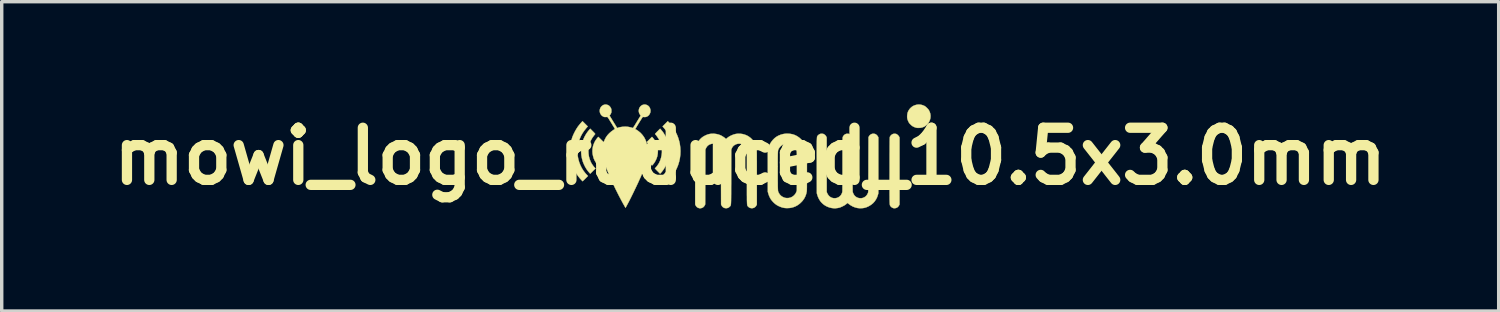
<source format=kicad_pcb>
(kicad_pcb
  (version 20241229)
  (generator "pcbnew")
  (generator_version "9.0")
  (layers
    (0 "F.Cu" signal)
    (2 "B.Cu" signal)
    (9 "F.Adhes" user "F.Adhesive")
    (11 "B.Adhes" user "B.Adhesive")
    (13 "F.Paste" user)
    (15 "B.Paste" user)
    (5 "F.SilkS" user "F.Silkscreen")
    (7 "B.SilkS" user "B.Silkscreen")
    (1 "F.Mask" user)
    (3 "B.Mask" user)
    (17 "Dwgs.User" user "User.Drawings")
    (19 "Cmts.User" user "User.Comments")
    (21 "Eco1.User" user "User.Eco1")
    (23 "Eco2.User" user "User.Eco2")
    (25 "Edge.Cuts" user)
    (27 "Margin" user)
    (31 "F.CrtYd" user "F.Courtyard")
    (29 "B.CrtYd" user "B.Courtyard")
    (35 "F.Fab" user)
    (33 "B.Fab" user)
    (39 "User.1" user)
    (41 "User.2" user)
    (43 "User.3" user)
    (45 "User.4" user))
  (footprint "mowi_logo_reduced_10.5x3.0mm"
    (layer "F.Cu")
    (at 18.876 1.518)
    (property "Reference" "mowi_logo_reduced_10.5x3.0mm" (at 0 0 0) (layer "F.SilkS") (effects (font (size 1.524 1.524) (thickness 0.3))))
    (attr through_hole)
    (fp_poly (pts (xy -4.362 -0.492) (xy -4.285 -0.415) (xy -4.305 -0.393) (xy -4.34 -0.347) (xy -4.366 -0.297) (xy -4.383 -0.242) (xy -4.392 -0.184) (xy -4.393 -0.132) (xy -4.387 -0.071) (xy -4.372 -0.016) (xy -4.349 0.035) (xy -4.317 0.081) (xy -4.306 0.095) (xy -4.297 0.107) (xy -4.292 0.113) (xy -4.292 0.117) (xy -4.296 0.124) (xy -4.305 0.135) (xy -4.319 0.151) (xy -4.339 0.172) (xy -4.361 0.194) (xy -4.383 0.216) (xy -4.402 0.235) (xy -4.419 0.251) (xy -4.431 0.262) (xy -4.437 0.268) (xy -4.439 0.268) (xy -4.443 0.265) (xy -4.452 0.256) (xy -4.464 0.244) (xy -4.464 0.243) (xy -4.507 0.189) (xy -4.543 0.129) (xy -4.572 0.065) (xy -4.592 -0.003) (xy -4.606 -0.073) (xy -4.611 -0.144) (xy -4.608 -0.215) (xy -4.596 -0.285) (xy -4.581 -0.337) (xy -4.558 -0.394) (xy -4.529 -0.451) (xy -4.494 -0.503) (xy -4.463 -0.542) (xy -4.439 -0.568) (xy -4.362 -0.492)) (stroke (width 0.01) (type solid)) (fill yes) (layer "F.SilkS"))
    (fp_poly (pts (xy -2.371 -0.986) (xy -2.304 -0.909) (xy -2.244 -0.825) (xy -2.191 -0.735) (xy -2.144 -0.641) (xy -2.106 -0.544) (xy -2.076 -0.445) (xy -2.058 -0.367) (xy -2.044 -0.26) (xy -2.038 -0.154) (xy -2.042 -0.048) (xy -2.055 0.056) (xy -2.077 0.158) (xy -2.108 0.259) (xy -2.148 0.356) (xy -2.196 0.451) (xy -2.252 0.542) (xy -2.317 0.628) (xy -2.376 0.695) (xy -2.409 0.731) (xy -2.488 0.653) (xy -2.566 0.576) (xy -2.53 0.538) (xy -2.468 0.467) (xy -2.414 0.391) (xy -2.367 0.309) (xy -2.329 0.224) (xy -2.298 0.135) (xy -2.276 0.044) (xy -2.263 -0.05) (xy -2.258 -0.145) (xy -2.262 -0.24) (xy -2.275 -0.336) (xy -2.277 -0.345) (xy -2.293 -0.41) (xy -2.315 -0.479) (xy -2.342 -0.547) (xy -2.373 -0.613) (xy -2.406 -0.674) (xy -2.41 -0.68) (xy -2.446 -0.734) (xy -2.488 -0.789) (xy -2.524 -0.831) (xy -2.56 -0.873) (xy -2.484 -0.95) (xy -2.408 -1.026) (xy -2.371 -0.986)) (stroke (width 0.01) (type solid)) (fill yes) (layer "F.SilkS"))
    (fp_poly (pts (xy -2.846 -0.542) (xy -2.832 -0.525) (xy -2.816 -0.504) (xy -2.8 -0.482) (xy -2.797 -0.477) (xy -2.76 -0.414) (xy -2.732 -0.351) (xy -2.713 -0.286) (xy -2.701 -0.217) (xy -2.698 -0.148) (xy -2.703 -0.072) (xy -2.716 0.000482) (xy -2.739 0.07) (xy -2.771 0.137) (xy -2.795 0.178) (xy -2.808 0.197) (xy -2.823 0.217) (xy -2.837 0.235) (xy -2.851 0.251) (xy -2.862 0.262) (xy -2.869 0.268) (xy -2.87 0.268) (xy -2.874 0.265) (xy -2.884 0.256) (xy -2.899 0.242) (xy -2.917 0.224) (xy -2.938 0.204) (xy -2.947 0.194) (xy -2.973 0.168) (xy -2.992 0.148) (xy -3.005 0.133) (xy -3.014 0.123) (xy -3.017 0.116) (xy -3.017 0.113) (xy -3.011 0.106) (xy -3.002 0.095) (xy -2.991 0.081) (xy -2.96 0.035) (xy -2.937 -0.016) (xy -2.922 -0.071) (xy -2.915 -0.132) (xy -2.917 -0.194) (xy -2.927 -0.251) (xy -2.946 -0.305) (xy -2.974 -0.355) (xy -3.003 -0.393) (xy -3.023 -0.415) (xy -2.947 -0.492) (xy -2.87 -0.568) (xy -2.846 -0.542)) (stroke (width 0.01) (type solid)) (fill yes) (layer "F.SilkS"))
    (fp_poly (pts (xy -4.601 -0.731) (xy -4.575 -0.705) (xy -4.556 -0.685) (xy -4.543 -0.67) (xy -4.534 -0.66) (xy -4.531 -0.653) (xy -4.531 -0.65) (xy -4.536 -0.644) (xy -4.546 -0.632) (xy -4.558 -0.616) (xy -4.569 -0.603) (xy -4.616 -0.538) (xy -4.655 -0.468) (xy -4.686 -0.394) (xy -4.708 -0.318) (xy -4.723 -0.24) (xy -4.729 -0.16) (xy -4.726 -0.081) (xy -4.715 -0.002) (xy -4.695 0.075) (xy -4.666 0.15) (xy -4.652 0.18) (xy -4.636 0.209) (xy -4.616 0.241) (xy -4.593 0.273) (xy -4.571 0.302) (xy -4.553 0.323) (xy -4.522 0.355) (xy -4.599 0.432) (xy -4.675 0.508) (xy -4.695 0.488) (xy -4.739 0.436) (xy -4.782 0.377) (xy -4.821 0.313) (xy -4.855 0.245) (xy -4.884 0.177) (xy -4.893 0.151) (xy -4.918 0.06) (xy -4.934 -0.032) (xy -4.941 -0.126) (xy -4.938 -0.219) (xy -4.927 -0.311) (xy -4.906 -0.402) (xy -4.877 -0.491) (xy -4.853 -0.547) (xy -4.825 -0.601) (xy -4.792 -0.657) (xy -4.755 -0.711) (xy -4.716 -0.76) (xy -4.698 -0.78) (xy -4.675 -0.806) (xy -4.601 -0.731)) (stroke (width 0.01) (type solid)) (fill yes) (layer "F.SilkS"))
    (fp_poly (pts (xy -2.609 -0.78) (xy -2.57 -0.733) (xy -2.531 -0.68) (xy -2.496 -0.623) (xy -2.465 -0.567) (xy -2.455 -0.547) (xy -2.42 -0.46) (xy -2.394 -0.371) (xy -2.377 -0.281) (xy -2.368 -0.189) (xy -2.369 -0.098) (xy -2.378 -0.007) (xy -2.396 0.082) (xy -2.423 0.17) (xy -2.457 0.254) (xy -2.501 0.336) (xy -2.552 0.413) (xy -2.577 0.446) (xy -2.591 0.463) (xy -2.605 0.479) (xy -2.616 0.491) (xy -2.62 0.495) (xy -2.634 0.508) (xy -2.71 0.432) (xy -2.786 0.355) (xy -2.756 0.323) (xy -2.735 0.299) (xy -2.712 0.269) (xy -2.69 0.237) (xy -2.67 0.205) (xy -2.656 0.18) (xy -2.628 0.115) (xy -2.606 0.046) (xy -2.59 -0.027) (xy -2.581 -0.1) (xy -2.58 -0.171) (xy -2.582 -0.207) (xy -2.588 -0.257) (xy -2.595 -0.3) (xy -2.605 -0.34) (xy -2.617 -0.381) (xy -2.647 -0.456) (xy -2.686 -0.527) (xy -2.733 -0.595) (xy -2.751 -0.617) (xy -2.78 -0.652) (xy -2.771 -0.665) (xy -2.764 -0.673) (xy -2.752 -0.685) (xy -2.736 -0.702) (xy -2.717 -0.722) (xy -2.697 -0.742) (xy -2.633 -0.806) (xy -2.609 -0.78)) (stroke (width 0.01) (type solid)) (fill yes) (layer "F.SilkS"))
    (fp_poly (pts (xy 4.985 -1.508) (xy 5.038 -1.495) (xy 5.088 -1.474) (xy 5.103 -1.466) (xy 5.124 -1.451) (xy 5.147 -1.431) (xy 5.171 -1.408) (xy 5.194 -1.384) (xy 5.213 -1.361) (xy 5.223 -1.346) (xy 5.247 -1.296) (xy 5.263 -1.245) (xy 5.27 -1.193) (xy 5.269 -1.142) (xy 5.261 -1.092) (xy 5.245 -1.044) (xy 5.223 -0.999) (xy 5.195 -0.958) (xy 5.161 -0.921) (xy 5.122 -0.889) (xy 5.079 -0.863) (xy 5.03 -0.844) (xy 4.979 -0.833) (xy 4.927 -0.83) (xy 4.906 -0.83) (xy 4.887 -0.831) (xy 4.873 -0.832) (xy 4.869 -0.832) (xy 4.847 -0.838) (xy 4.82 -0.846) (xy 4.791 -0.857) (xy 4.765 -0.869) (xy 4.761 -0.871) (xy 4.734 -0.888) (xy 4.705 -0.912) (xy 4.687 -0.93) (xy 4.666 -0.95) (xy 4.651 -0.968) (xy 4.639 -0.986) (xy 4.627 -1.007) (xy 4.623 -1.016) (xy 4.606 -1.056) (xy 4.594 -1.093) (xy 4.588 -1.131) (xy 4.587 -1.174) (xy 4.588 -1.186) (xy 4.594 -1.243) (xy 4.609 -1.296) (xy 4.633 -1.344) (xy 4.665 -1.389) (xy 4.687 -1.413) (xy 4.729 -1.449) (xy 4.774 -1.476) (xy 4.825 -1.496) (xy 4.878 -1.509) (xy 4.931 -1.513) (xy 4.985 -1.508)) (stroke (width 0.01) (type solid)) (fill yes) (layer "F.SilkS"))
    (fp_poly (pts (xy -4.824 -0.949) (xy -4.748 -0.873) (xy -4.785 -0.831) (xy -4.846 -0.756) (xy -4.898 -0.68) (xy -4.942 -0.603) (xy -4.978 -0.521) (xy -5 -0.46) (xy -5.024 -0.376) (xy -5.04 -0.294) (xy -5.049 -0.211) (xy -5.05 -0.124) (xy -5.05 -0.113) (xy -5.042 -0.016) (xy -5.025 0.079) (xy -4.999 0.17) (xy -4.965 0.259) (xy -4.923 0.343) (xy -4.873 0.423) (xy -4.816 0.497) (xy -4.776 0.54) (xy -4.742 0.575) (xy -4.819 0.652) (xy -4.841 0.674) (xy -4.861 0.693) (xy -4.878 0.71) (xy -4.89 0.721) (xy -4.897 0.728) (xy -4.899 0.728) (xy -4.903 0.725) (xy -4.912 0.716) (xy -4.925 0.702) (xy -4.941 0.685) (xy -4.944 0.682) (xy -4.978 0.644) (xy -5.006 0.609) (xy -5.032 0.575) (xy -5.058 0.539) (xy -5.064 0.529) (xy -5.121 0.437) (xy -5.168 0.341) (xy -5.206 0.242) (xy -5.236 0.141) (xy -5.256 0.038) (xy -5.268 -0.066) (xy -5.27 -0.171) (xy -5.263 -0.277) (xy -5.247 -0.382) (xy -5.221 -0.487) (xy -5.197 -0.563) (xy -5.173 -0.621) (xy -5.144 -0.683) (xy -5.111 -0.746) (xy -5.076 -0.806) (xy -5.039 -0.862) (xy -5.03 -0.875) (xy -5.013 -0.896) (xy -4.994 -0.92) (xy -4.974 -0.945) (xy -4.953 -0.969) (xy -4.935 -0.99) (xy -4.92 -1.006) (xy -4.916 -1.01) (xy -4.9 -1.025) (xy -4.824 -0.949)) (stroke (width 0.01) (type solid)) (fill yes) (layer "F.SilkS"))
    (fp_poly (pts (xy 4.242 -0.658) (xy 4.269 -0.652) (xy 4.279 -0.648) (xy 4.302 -0.632) (xy 4.325 -0.611) (xy 4.344 -0.587) (xy 4.353 -0.571) (xy 4.364 -0.549) (xy 4.364 1.407) (xy 4.353 1.429) (xy 4.337 1.456) (xy 4.315 1.481) (xy 4.29 1.499) (xy 4.279 1.505) (xy 4.258 1.512) (xy 4.234 1.516) (xy 4.211 1.518) (xy 4.193 1.517) (xy 4.191 1.516) (xy 4.157 1.504) (xy 4.127 1.485) (xy 4.104 1.462) (xy 4.102 1.459) (xy 4.099 1.454) (xy 4.096 1.45) (xy 4.093 1.446) (xy 4.09 1.442) (xy 4.088 1.437) (xy 4.086 1.431) (xy 4.084 1.424) (xy 4.082 1.414) (xy 4.081 1.403) (xy 4.08 1.388) (xy 4.078 1.371) (xy 4.078 1.351) (xy 4.077 1.326) (xy 4.076 1.297) (xy 4.075 1.264) (xy 4.075 1.225) (xy 4.075 1.182) (xy 4.074 1.132) (xy 4.074 1.076) (xy 4.074 1.014) (xy 4.074 0.944) (xy 4.074 0.867) (xy 4.074 0.783) (xy 4.074 0.69) (xy 4.074 0.588) (xy 4.075 0.478) (xy 4.075 0.414) (xy 4.075 0.301) (xy 4.075 0.196) (xy 4.075 0.101) (xy 4.075 0.014) (xy 4.075 -0.065) (xy 4.076 -0.137) (xy 4.076 -0.201) (xy 4.076 -0.258) (xy 4.076 -0.309) (xy 4.077 -0.354) (xy 4.077 -0.394) (xy 4.077 -0.428) (xy 4.078 -0.457) (xy 4.078 -0.482) (xy 4.078 -0.503) (xy 4.079 -0.52) (xy 4.079 -0.534) (xy 4.08 -0.545) (xy 4.081 -0.553) (xy 4.082 -0.56) (xy 4.082 -0.565) (xy 4.083 -0.568) (xy 4.084 -0.571) (xy 4.085 -0.572) (xy 4.099 -0.595) (xy 4.119 -0.618) (xy 4.143 -0.637) (xy 4.157 -0.646) (xy 4.183 -0.655) (xy 4.212 -0.659) (xy 4.242 -0.658)) (stroke (width 0.01) (type solid)) (fill yes) (layer "F.SilkS"))
    (fp_poly (pts (xy 1.166 -0.657) (xy 1.237 -0.644) (xy 1.305 -0.621) (xy 1.369 -0.589) (xy 1.43 -0.548) (xy 1.486 -0.499) (xy 1.53 -0.453) (xy 1.566 -0.404) (xy 1.596 -0.349) (xy 1.621 -0.288) (xy 1.627 -0.272) (xy 1.632 -0.258) (xy 1.636 -0.246) (xy 1.639 -0.234) (xy 1.643 -0.222) (xy 1.645 -0.21) (xy 1.648 -0.197) (xy 1.65 -0.182) (xy 1.652 -0.165) (xy 1.653 -0.145) (xy 1.655 -0.122) (xy 1.656 -0.095) (xy 1.656 -0.063) (xy 1.657 -0.027) (xy 1.658 0.015) (xy 1.658 0.063) (xy 1.658 0.118) (xy 1.658 0.181) (xy 1.658 0.251) (xy 1.658 0.329) (xy 1.658 0.416) (xy 1.658 0.426) (xy 1.658 0.514) (xy 1.658 0.593) (xy 1.658 0.663) (xy 1.658 0.725) (xy 1.658 0.78) (xy 1.657 0.828) (xy 1.657 0.869) (xy 1.657 0.905) (xy 1.656 0.935) (xy 1.656 0.96) (xy 1.655 0.981) (xy 1.654 0.998) (xy 1.653 1.011) (xy 1.653 1.022) (xy 1.651 1.031) (xy 1.651 1.033) (xy 1.635 1.105) (xy 1.61 1.173) (xy 1.577 1.236) (xy 1.535 1.295) (xy 1.501 1.333) (xy 1.446 1.385) (xy 1.387 1.428) (xy 1.326 1.462) (xy 1.261 1.487) (xy 1.192 1.505) (xy 1.179 1.507) (xy 1.145 1.511) (xy 1.106 1.513) (xy 1.066 1.514) (xy 1.028 1.512) (xy 0.999 1.509) (xy 0.946 1.498) (xy 0.891 1.48) (xy 0.836 1.457) (xy 0.785 1.43) (xy 0.759 1.413) (xy 0.726 1.388) (xy 0.691 1.357) (xy 0.658 1.323) (xy 0.628 1.288) (xy 0.606 1.259) (xy 0.574 1.203) (xy 0.547 1.142) (xy 0.528 1.083) (xy 0.515 1.038) (xy 0.515 0.223) (xy 0.805 0.223) (xy 0.805 0.297) (xy 0.805 0.379) (xy 0.805 0.419) (xy 0.805 0.507) (xy 0.805 0.585) (xy 0.805 0.655) (xy 0.805 0.718) (xy 0.806 0.772) (xy 0.806 0.82) (xy 0.806 0.862) (xy 0.807 0.897) (xy 0.808 0.928) (xy 0.809 0.954) (xy 0.81 0.976) (xy 0.811 0.994) (xy 0.813 1.009) (xy 0.815 1.021) (xy 0.818 1.032) (xy 0.821 1.041) (xy 0.824 1.049) (xy 0.828 1.056) (xy 0.832 1.064) (xy 0.836 1.073) (xy 0.838 1.075) (xy 0.864 1.116) (xy 0.898 1.152) (xy 0.938 1.181) (xy 0.984 1.203) (xy 1.012 1.213) (xy 1.048 1.219) (xy 1.089 1.221) (xy 1.129 1.218) (xy 1.167 1.21) (xy 1.174 1.208) (xy 1.221 1.187) (xy 1.263 1.159) (xy 1.299 1.124) (xy 1.329 1.083) (xy 1.351 1.037) (xy 1.353 1.031) (xy 1.363 0.999) (xy 1.365 0.443) (xy 1.365 0.347) (xy 1.365 0.261) (xy 1.365 0.183) (xy 1.365 0.114) (xy 1.365 0.054) (xy 1.365 0.003) (xy 1.364 -0.041) (xy 1.364 -0.077) (xy 1.363 -0.105) (xy 1.362 -0.126) (xy 1.361 -0.139) (xy 1.361 -0.145) (xy 1.35 -0.184) (xy 1.332 -0.225) (xy 1.309 -0.26) (xy 1.277 -0.296) (xy 1.24 -0.326) (xy 1.196 -0.349) (xy 1.167 -0.36) (xy 1.137 -0.367) (xy 1.102 -0.371) (xy 1.067 -0.372) (xy 1.033 -0.369) (xy 1.006 -0.362) (xy 0.956 -0.341) (xy 0.913 -0.314) (xy 0.876 -0.281) (xy 0.847 -0.243) (xy 0.838 -0.228) (xy 0.833 -0.218) (xy 0.829 -0.21) (xy 0.825 -0.203) (xy 0.821 -0.195) (xy 0.818 -0.187) (xy 0.816 -0.178) (xy 0.813 -0.166) (xy 0.812 -0.153) (xy 0.81 -0.137) (xy 0.809 -0.118) (xy 0.808 -0.094) (xy 0.807 -0.067) (xy 0.806 -0.034) (xy 0.806 0.004) (xy 0.805 0.048) (xy 0.805 0.099) (xy 0.805 0.157) (xy 0.805 0.223) (xy 0.515 0.223) (xy 0.515 -0.189) (xy 0.528 -0.236) (xy 0.551 -0.302) (xy 0.581 -0.365) (xy 0.618 -0.423) (xy 0.661 -0.477) (xy 0.709 -0.526) (xy 0.762 -0.567) (xy 0.818 -0.6) (xy 0.836 -0.608) (xy 0.899 -0.633) (xy 0.962 -0.65) (xy 1.028 -0.66) (xy 1.093 -0.662) (xy 1.166 -0.657)) (stroke (width 0.01) (type solid)) (fill yes) (layer "F.SilkS"))
    (fp_poly (pts (xy -4.194 -1.509) (xy -4.186 -1.507) (xy -4.148 -1.493) (xy -4.117 -1.472) (xy -4.092 -1.444) (xy -4.071 -1.407) (xy -4.07 -1.406) (xy -4.064 -1.391) (xy -4.06 -1.378) (xy -4.058 -1.363) (xy -4.057 -1.343) (xy -4.057 -1.33) (xy -4.057 -1.306) (xy -4.058 -1.29) (xy -4.061 -1.276) (xy -4.066 -1.263) (xy -4.07 -1.253) (xy -4.08 -1.235) (xy -4.09 -1.217) (xy -4.097 -1.207) (xy -4.111 -1.19) (xy -4.011 -1.025) (xy -3.988 -0.988) (xy -3.967 -0.954) (xy -3.947 -0.922) (xy -3.93 -0.894) (xy -3.916 -0.871) (xy -3.906 -0.854) (xy -3.899 -0.844) (xy -3.898 -0.842) (xy -3.887 -0.825) (xy -3.869 -0.832) (xy -3.832 -0.845) (xy -3.788 -0.854) (xy -3.74 -0.861) (xy -3.69 -0.865) (xy -3.639 -0.866) (xy -3.592 -0.863) (xy -3.572 -0.861) (xy -3.541 -0.856) (xy -3.509 -0.849) (xy -3.478 -0.841) (xy -3.45 -0.833) (xy -3.431 -0.827) (xy -3.428 -0.828) (xy -3.423 -0.834) (xy -3.414 -0.845) (xy -3.403 -0.862) (xy -3.388 -0.885) (xy -3.369 -0.914) (xy -3.347 -0.951) (xy -3.319 -0.995) (xy -3.313 -1.007) (xy -3.201 -1.189) (xy -3.218 -1.213) (xy -3.239 -1.249) (xy -3.252 -1.286) (xy -3.257 -1.324) (xy -3.254 -1.361) (xy -3.245 -1.397) (xy -3.229 -1.43) (xy -3.207 -1.459) (xy -3.179 -1.483) (xy -3.146 -1.501) (xy -3.109 -1.511) (xy -3.1 -1.512) (xy -3.068 -1.512) (xy -3.034 -1.504) (xy -3.001 -1.489) (xy -2.973 -1.469) (xy -2.957 -1.452) (xy -2.934 -1.416) (xy -2.92 -1.377) (xy -2.914 -1.336) (xy -2.917 -1.294) (xy -2.923 -1.271) (xy -2.94 -1.234) (xy -2.962 -1.202) (xy -2.991 -1.177) (xy -3.023 -1.158) (xy -3.059 -1.148) (xy -3.097 -1.147) (xy -3.098 -1.147) (xy -3.115 -1.149) (xy -3.129 -1.151) (xy -3.135 -1.152) (xy -3.138 -1.151) (xy -3.143 -1.147) (xy -3.15 -1.137) (xy -3.16 -1.123) (xy -3.173 -1.103) (xy -3.189 -1.077) (xy -3.21 -1.044) (xy -3.235 -1.004) (xy -3.251 -0.978) (xy -3.274 -0.94) (xy -3.295 -0.905) (xy -3.314 -0.874) (xy -3.33 -0.846) (xy -3.344 -0.824) (xy -3.353 -0.808) (xy -3.358 -0.798) (xy -3.36 -0.796) (xy -3.356 -0.791) (xy -3.349 -0.788) (xy -3.336 -0.782) (xy -3.317 -0.77) (xy -3.294 -0.755) (xy -3.269 -0.737) (xy -3.244 -0.717) (xy -3.221 -0.698) (xy -3.2 -0.679) (xy -3.194 -0.673) (xy -3.144 -0.617) (xy -3.102 -0.558) (xy -3.068 -0.494) (xy -3.04 -0.426) (xy -3.02 -0.352) (xy -3.007 -0.273) (xy -3.001 -0.188) (xy -3 -0.146) (xy -3.002 -0.078) (xy -3.008 -0.01) (xy -3.019 0.061) (xy -3.034 0.134) (xy -3.054 0.211) (xy -3.079 0.292) (xy -3.109 0.377) (xy -3.144 0.469) (xy -3.186 0.567) (xy -3.193 0.586) (xy -3.219 0.643) (xy -3.247 0.704) (xy -3.276 0.769) (xy -3.308 0.836) (xy -3.34 0.905) (xy -3.374 0.975) (xy -3.407 1.044) (xy -3.44 1.112) (xy -3.473 1.178) (xy -3.504 1.241) (xy -3.534 1.3) (xy -3.562 1.354) (xy -3.588 1.402) (xy -3.61 1.444) (xy -3.629 1.478) (xy -3.634 1.486) (xy -3.645 1.504) (xy -3.666 1.467) (xy -3.721 1.37) (xy -3.777 1.266) (xy -3.834 1.158) (xy -3.89 1.047) (xy -3.946 0.935) (xy -3.999 0.823) (xy -4.05 0.713) (xy -4.097 0.606) (xy -4.14 0.504) (xy -4.167 0.436) (xy -4.209 0.325) (xy -4.243 0.219) (xy -4.271 0.12) (xy -4.291 0.026) (xy -4.305 -0.063) (xy -4.312 -0.147) (xy -4.312 -0.226) (xy -4.305 -0.3) (xy -4.291 -0.371) (xy -4.277 -0.42) (xy -4.25 -0.49) (xy -4.215 -0.555) (xy -4.173 -0.615) (xy -4.122 -0.67) (xy -4.064 -0.721) (xy -4.005 -0.764) (xy -3.986 -0.776) (xy -3.97 -0.788) (xy -3.959 -0.796) (xy -3.954 -0.8) (xy -3.954 -0.8) (xy -3.956 -0.805) (xy -3.963 -0.816) (xy -3.974 -0.835) (xy -3.988 -0.859) (xy -4.006 -0.887) (xy -4.026 -0.92) (xy -4.047 -0.955) (xy -4.061 -0.978) (xy -4.088 -1.021) (xy -4.11 -1.057) (xy -4.128 -1.087) (xy -4.143 -1.109) (xy -4.155 -1.126) (xy -4.163 -1.138) (xy -4.17 -1.146) (xy -4.174 -1.15) (xy -4.177 -1.151) (xy -4.186 -1.15) (xy -4.201 -1.149) (xy -4.221 -1.149) (xy -4.227 -1.148) (xy -4.249 -1.148) (xy -4.264 -1.15) (xy -4.278 -1.154) (xy -4.293 -1.16) (xy -4.296 -1.162) (xy -4.33 -1.183) (xy -4.357 -1.211) (xy -4.378 -1.244) (xy -4.392 -1.28) (xy -4.398 -1.319) (xy -4.396 -1.359) (xy -4.385 -1.398) (xy -4.378 -1.415) (xy -4.357 -1.447) (xy -4.33 -1.474) (xy -4.299 -1.495) (xy -4.265 -1.508) (xy -4.229 -1.513) (xy -4.194 -1.509)) (stroke (width 0.01) (type solid)) (fill yes) (layer "F.SilkS"))
    (fp_poly (pts (xy -0.297 -0.66) (xy -0.226 -0.651) (xy -0.159 -0.633) (xy -0.096 -0.608) (xy -0.038 -0.574) (xy 0.015 -0.534) (xy 0.063 -0.486) (xy 0.104 -0.433) (xy 0.139 -0.373) (xy 0.166 -0.309) (xy 0.186 -0.239) (xy 0.188 -0.23) (xy 0.189 -0.224) (xy 0.189 -0.215) (xy 0.19 -0.202) (xy 0.191 -0.185) (xy 0.191 -0.164) (xy 0.192 -0.137) (xy 0.192 -0.106) (xy 0.193 -0.069) (xy 0.193 -0.025) (xy 0.193 0.024) (xy 0.193 0.081) (xy 0.194 0.144) (xy 0.194 0.215) (xy 0.194 0.295) (xy 0.194 0.382) (xy 0.194 0.478) (xy 0.194 0.584) (xy 0.194 0.606) (xy 0.194 1.411) (xy 0.181 1.435) (xy 0.159 1.468) (xy 0.132 1.492) (xy 0.1 1.508) (xy 0.063 1.516) (xy 0.048 1.517) (xy 0.01 1.512) (xy -0.023 1.5) (xy -0.052 1.479) (xy -0.062 1.468) (xy -0.066 1.464) (xy -0.07 1.46) (xy -0.074 1.456) (xy -0.077 1.452) (xy -0.08 1.447) (xy -0.082 1.442) (xy -0.085 1.434) (xy -0.087 1.425) (xy -0.088 1.414) (xy -0.09 1.399) (xy -0.091 1.381) (xy -0.092 1.36) (xy -0.093 1.334) (xy -0.094 1.304) (xy -0.095 1.269) (xy -0.095 1.228) (xy -0.095 1.182) (xy -0.096 1.129) (xy -0.096 1.069) (xy -0.096 1.002) (xy -0.096 0.927) (xy -0.096 0.844) (xy -0.096 0.753) (xy -0.096 0.653) (xy -0.096 0.612) (xy -0.096 0.511) (xy -0.096 0.418) (xy -0.096 0.334) (xy -0.096 0.258) (xy -0.096 0.19) (xy -0.096 0.129) (xy -0.096 0.076) (xy -0.096 0.028) (xy -0.097 -0.013) (xy -0.097 -0.049) (xy -0.097 -0.079) (xy -0.097 -0.105) (xy -0.098 -0.127) (xy -0.098 -0.145) (xy -0.099 -0.16) (xy -0.1 -0.171) (xy -0.1 -0.181) (xy -0.101 -0.188) (xy -0.102 -0.194) (xy -0.103 -0.199) (xy -0.104 -0.203) (xy -0.106 -0.207) (xy -0.106 -0.207) (xy -0.124 -0.248) (xy -0.151 -0.286) (xy -0.183 -0.319) (xy -0.216 -0.341) (xy -0.255 -0.359) (xy -0.297 -0.368) (xy -0.341 -0.369) (xy -0.384 -0.362) (xy -0.425 -0.347) (xy -0.464 -0.325) (xy -0.485 -0.308) (xy -0.506 -0.287) (xy -0.521 -0.266) (xy -0.534 -0.241) (xy -0.542 -0.223) (xy -0.554 -0.194) (xy -0.556 0.604) (xy -0.556 0.708) (xy -0.556 0.803) (xy -0.557 0.89) (xy -0.557 0.968) (xy -0.557 1.038) (xy -0.557 1.101) (xy -0.558 1.157) (xy -0.558 1.207) (xy -0.559 1.25) (xy -0.559 1.288) (xy -0.56 1.321) (xy -0.561 1.348) (xy -0.562 1.372) (xy -0.564 1.391) (xy -0.565 1.407) (xy -0.567 1.42) (xy -0.569 1.43) (xy -0.572 1.439) (xy -0.575 1.445) (xy -0.578 1.45) (xy -0.581 1.454) (xy -0.585 1.458) (xy -0.589 1.462) (xy -0.594 1.467) (xy -0.598 1.471) (xy -0.624 1.494) (xy -0.652 1.508) (xy -0.684 1.515) (xy -0.704 1.517) (xy -0.743 1.513) (xy -0.776 1.5) (xy -0.805 1.48) (xy -0.828 1.452) (xy -0.838 1.433) (xy -0.851 1.407) (xy -0.855 -0.194) (xy -0.866 -0.22) (xy -0.889 -0.263) (xy -0.919 -0.299) (xy -0.953 -0.328) (xy -0.991 -0.35) (xy -1.032 -0.364) (xy -1.076 -0.369) (xy -1.121 -0.366) (xy -1.167 -0.354) (xy -1.195 -0.342) (xy -1.231 -0.318) (xy -1.262 -0.287) (xy -1.287 -0.247) (xy -1.3 -0.219) (xy -1.311 -0.194) (xy -1.313 0.606) (xy -1.316 1.407) (xy -1.329 1.434) (xy -1.348 1.463) (xy -1.373 1.488) (xy -1.402 1.505) (xy -1.402 1.505) (xy -1.425 1.513) (xy -1.452 1.517) (xy -1.479 1.517) (xy -1.497 1.514) (xy -1.532 1.501) (xy -1.562 1.48) (xy -1.585 1.451) (xy -1.595 1.433) (xy -1.608 1.407) (xy -1.608 0.609) (xy -1.608 0.504) (xy -1.608 0.409) (xy -1.608 0.323) (xy -1.608 0.244) (xy -1.608 0.174) (xy -1.608 0.111) (xy -1.607 0.054) (xy -1.607 0.004) (xy -1.607 -0.04) (xy -1.606 -0.079) (xy -1.606 -0.112) (xy -1.605 -0.141) (xy -1.604 -0.166) (xy -1.603 -0.188) (xy -1.602 -0.206) (xy -1.601 -0.221) (xy -1.599 -0.235) (xy -1.597 -0.246) (xy -1.595 -0.256) (xy -1.593 -0.266) (xy -1.591 -0.275) (xy -1.588 -0.283) (xy -1.585 -0.293) (xy -1.583 -0.3) (xy -1.561 -0.355) (xy -1.532 -0.409) (xy -1.496 -0.461) (xy -1.455 -0.508) (xy -1.411 -0.548) (xy -1.38 -0.57) (xy -1.352 -0.587) (xy -1.32 -0.604) (xy -1.286 -0.62) (xy -1.254 -0.633) (xy -1.231 -0.641) (xy -1.175 -0.654) (xy -1.114 -0.66) (xy -1.051 -0.659) (xy -0.988 -0.651) (xy -0.926 -0.636) (xy -0.876 -0.618) (xy -0.854 -0.608) (xy -0.828 -0.594) (xy -0.801 -0.577) (xy -0.774 -0.56) (xy -0.75 -0.543) (xy -0.731 -0.528) (xy -0.724 -0.521) (xy -0.708 -0.504) (xy -0.676 -0.531) (xy -0.645 -0.556) (xy -0.613 -0.577) (xy -0.579 -0.596) (xy -0.548 -0.611) (xy -0.489 -0.635) (xy -0.432 -0.651) (xy -0.374 -0.659) (xy -0.312 -0.66) (xy -0.297 -0.66)) (stroke (width 0.01) (type solid)) (fill yes) (layer "F.SilkS"))
    (fp_poly (pts (xy 3.629 -0.657) (xy 3.657 -0.65) (xy 3.664 -0.646) (xy 3.695 -0.625) (xy 3.72 -0.597) (xy 3.734 -0.575) (xy 3.745 -0.554) (xy 3.745 1.081) (xy 3.732 1.127) (xy 3.709 1.196) (xy 3.677 1.259) (xy 3.638 1.317) (xy 3.592 1.368) (xy 3.538 1.413) (xy 3.478 1.451) (xy 3.443 1.469) (xy 3.404 1.486) (xy 3.369 1.498) (xy 3.335 1.507) (xy 3.298 1.513) (xy 3.277 1.515) (xy 3.205 1.518) (xy 3.135 1.511) (xy 3.068 1.494) (xy 3.002 1.469) (xy 2.939 1.434) (xy 2.88 1.392) (xy 2.843 1.362) (xy 2.827 1.378) (xy 2.804 1.398) (xy 2.775 1.42) (xy 2.74 1.441) (xy 2.702 1.461) (xy 2.663 1.479) (xy 2.626 1.494) (xy 2.609 1.5) (xy 2.557 1.511) (xy 2.5 1.517) (xy 2.441 1.517) (xy 2.386 1.512) (xy 2.318 1.496) (xy 2.253 1.472) (xy 2.191 1.44) (xy 2.134 1.399) (xy 2.087 1.355) (xy 2.047 1.308) (xy 2.013 1.253) (xy 1.984 1.194) (xy 1.962 1.131) (xy 1.961 1.128) (xy 1.948 1.081) (xy 1.947 0.269) (xy 1.947 0.163) (xy 1.947 0.067) (xy 1.946 -0.02) (xy 1.946 -0.099) (xy 1.946 -0.171) (xy 1.946 -0.235) (xy 1.946 -0.291) (xy 1.946 -0.342) (xy 1.947 -0.386) (xy 1.947 -0.424) (xy 1.948 -0.458) (xy 1.949 -0.486) (xy 1.95 -0.51) (xy 1.951 -0.53) (xy 1.952 -0.547) (xy 1.954 -0.56) (xy 1.955 -0.571) (xy 1.958 -0.579) (xy 1.96 -0.586) (xy 1.963 -0.591) (xy 1.966 -0.595) (xy 1.969 -0.599) (xy 1.973 -0.603) (xy 1.977 -0.607) (xy 1.98 -0.61) (xy 1.996 -0.626) (xy 2.016 -0.64) (xy 2.026 -0.646) (xy 2.043 -0.653) (xy 2.057 -0.657) (xy 2.075 -0.659) (xy 2.092 -0.659) (xy 2.113 -0.658) (xy 2.128 -0.656) (xy 2.142 -0.652) (xy 2.156 -0.645) (xy 2.187 -0.623) (xy 2.212 -0.594) (xy 2.225 -0.57) (xy 2.235 -0.549) (xy 2.236 1.042) (xy 2.247 1.07) (xy 2.269 1.114) (xy 2.298 1.152) (xy 2.332 1.183) (xy 2.37 1.206) (xy 2.413 1.22) (xy 2.451 1.226) (xy 2.497 1.224) (xy 2.54 1.215) (xy 2.58 1.197) (xy 2.616 1.173) (xy 2.646 1.142) (xy 2.669 1.106) (xy 2.672 1.101) (xy 2.68 1.08) (xy 2.688 1.059) (xy 2.693 1.041) (xy 2.693 1.041) (xy 2.694 1.034) (xy 2.694 1.02) (xy 2.695 1) (xy 2.696 0.972) (xy 2.696 0.937) (xy 2.696 0.894) (xy 2.697 0.844) (xy 2.697 0.786) (xy 2.698 0.719) (xy 2.698 0.645) (xy 2.698 0.561) (xy 2.698 0.469) (xy 2.698 0.367) (xy 2.698 0.256) (xy 2.698 0.237) (xy 2.698 0.136) (xy 2.698 0.044) (xy 2.698 -0.039) (xy 2.698 -0.114) (xy 2.698 -0.181) (xy 2.698 -0.241) (xy 2.698 -0.294) (xy 2.699 -0.341) (xy 2.699 -0.381) (xy 2.699 -0.416) (xy 2.699 -0.446) (xy 2.7 -0.472) (xy 2.7 -0.493) (xy 2.701 -0.51) (xy 2.701 -0.524) (xy 2.702 -0.535) (xy 2.703 -0.544) (xy 2.704 -0.551) (xy 2.705 -0.556) (xy 2.706 -0.561) (xy 2.707 -0.564) (xy 2.708 -0.568) (xy 2.723 -0.595) (xy 2.745 -0.621) (xy 2.772 -0.641) (xy 2.783 -0.647) (xy 2.811 -0.656) (xy 2.842 -0.659) (xy 2.874 -0.657) (xy 2.902 -0.649) (xy 2.907 -0.646) (xy 2.924 -0.635) (xy 2.942 -0.62) (xy 2.953 -0.609) (xy 2.958 -0.604) (xy 2.962 -0.6) (xy 2.966 -0.596) (xy 2.97 -0.592) (xy 2.973 -0.587) (xy 2.976 -0.581) (xy 2.978 -0.574) (xy 2.981 -0.565) (xy 2.983 -0.553) (xy 2.984 -0.539) (xy 2.986 -0.522) (xy 2.987 -0.5) (xy 2.988 -0.475) (xy 2.989 -0.445) (xy 2.989 -0.41) (xy 2.99 -0.37) (xy 2.99 -0.324) (xy 2.99 -0.271) (xy 2.99 -0.212) (xy 2.991 -0.145) (xy 2.991 -0.071) (xy 2.991 0.012) (xy 2.991 0.103) (xy 2.99 0.202) (xy 2.99 0.238) (xy 2.991 0.35) (xy 2.991 0.454) (xy 2.991 0.548) (xy 2.991 0.633) (xy 2.991 0.709) (xy 2.991 0.777) (xy 2.992 0.837) (xy 2.992 0.888) (xy 2.993 0.932) (xy 2.993 0.968) (xy 2.994 0.997) (xy 2.994 1.018) (xy 2.995 1.033) (xy 2.996 1.041) (xy 2.996 1.041) (xy 3.004 1.066) (xy 3.016 1.095) (xy 3.032 1.123) (xy 3.049 1.147) (xy 3.052 1.151) (xy 3.082 1.179) (xy 3.118 1.201) (xy 3.158 1.217) (xy 3.201 1.225) (xy 3.243 1.226) (xy 3.283 1.219) (xy 3.328 1.202) (xy 3.366 1.179) (xy 3.397 1.149) (xy 3.423 1.112) (xy 3.444 1.067) (xy 3.444 1.066) (xy 3.445 1.063) (xy 3.446 1.059) (xy 3.447 1.054) (xy 3.448 1.047) (xy 3.449 1.039) (xy 3.45 1.028) (xy 3.45 1.015) (xy 3.451 0.998) (xy 3.451 0.977) (xy 3.452 0.953) (xy 3.452 0.924) (xy 3.453 0.89) (xy 3.453 0.85) (xy 3.453 0.804) (xy 3.454 0.753) (xy 3.454 0.694) (xy 3.454 0.628) (xy 3.454 0.555) (xy 3.455 0.473) (xy 3.455 0.383) (xy 3.455 0.284) (xy 3.455 0.242) (xy 3.458 -0.558) (xy 3.472 -0.584) (xy 3.492 -0.613) (xy 3.519 -0.635) (xy 3.542 -0.648) (xy 3.568 -0.657) (xy 3.598 -0.66) (xy 3.629 -0.657)) (stroke (width 0.01) (type solid)) (fill yes) (layer "F.SilkS")))
  (gr_rect
    (start -3 -3)
    (end 40.752 6.041)
    (stroke (width 0.1) (type default))
    (fill no)
    (layer "Edge.Cuts")))
</source>
